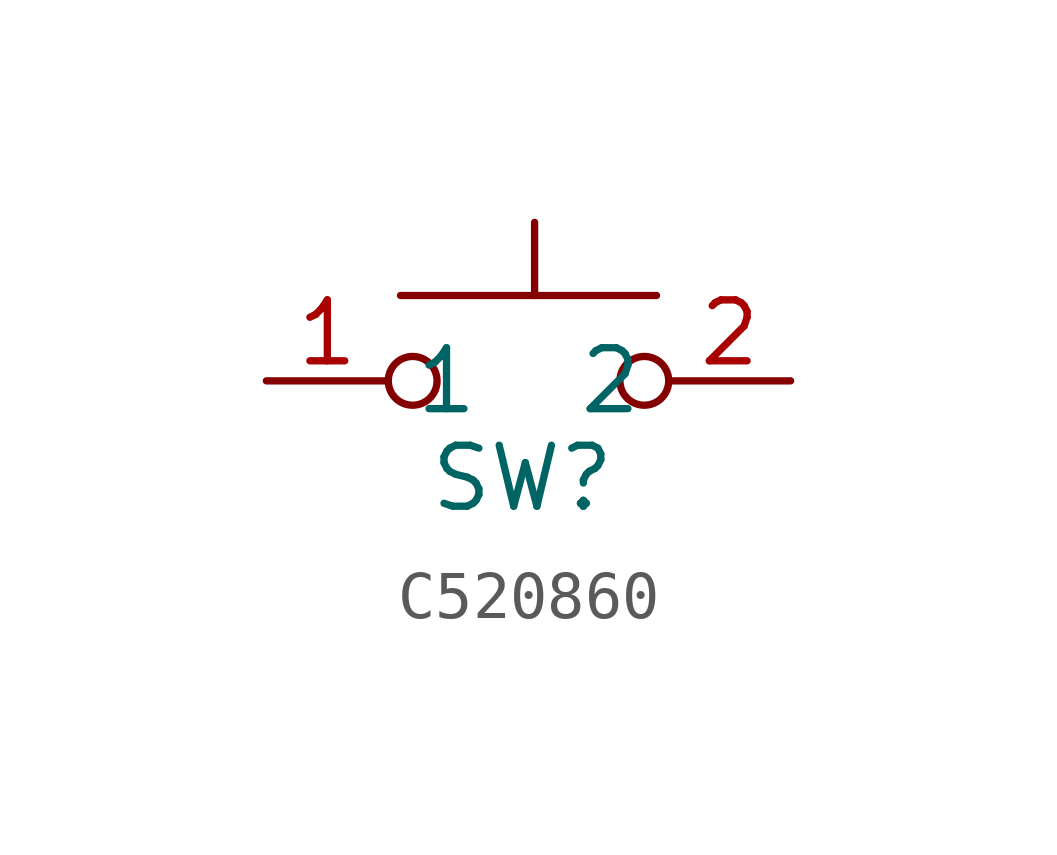
<source format=kicad_sym>
(kicad_symbol_lib
  (version 20220914)
  (generator kicad_symbol_editor)
  (symbol "C520860"
    (property "Reference" "SW"
      (at -0.254 -2.032 0)
      (effects (font (size 1.27 1.27))))
    (property "Value" ""
      (at 0 0 0)
      (effects (font (size 1.27 1.27))))
    (symbol "C520860_0_1"
      (circle (center -2.54 0) (radius 0.508) (stroke (width 0) (type default)) (fill (type none)))
      (polyline (pts (xy -2.794 1.778) (xy 2.54 1.778)) (stroke (width 0) (type default)) (fill (type none)))
      (polyline (pts (xy 0 1.778) (xy 0 3.302)) (stroke (width 0) (type default)) (fill (type none)))
      (circle (center 2.286 0) (radius 0.508) (stroke (width 0) (type default)) (fill (type none))))
    (symbol "C520860_1_1"
      (pin bidirectional line (at -5.588 0 0) (length 2.54) (name "1" (effects (font (size 1.27 1.27)))) (number "1" (effects (font (size 1.27 1.27)))))
      (pin bidirectional line (at 5.334 0 180) (length 2.54) (name "2" (effects (font (size 1.27 1.27)))) (number "2" (effects (font (size 1.27 1.27))))))))
</source>
